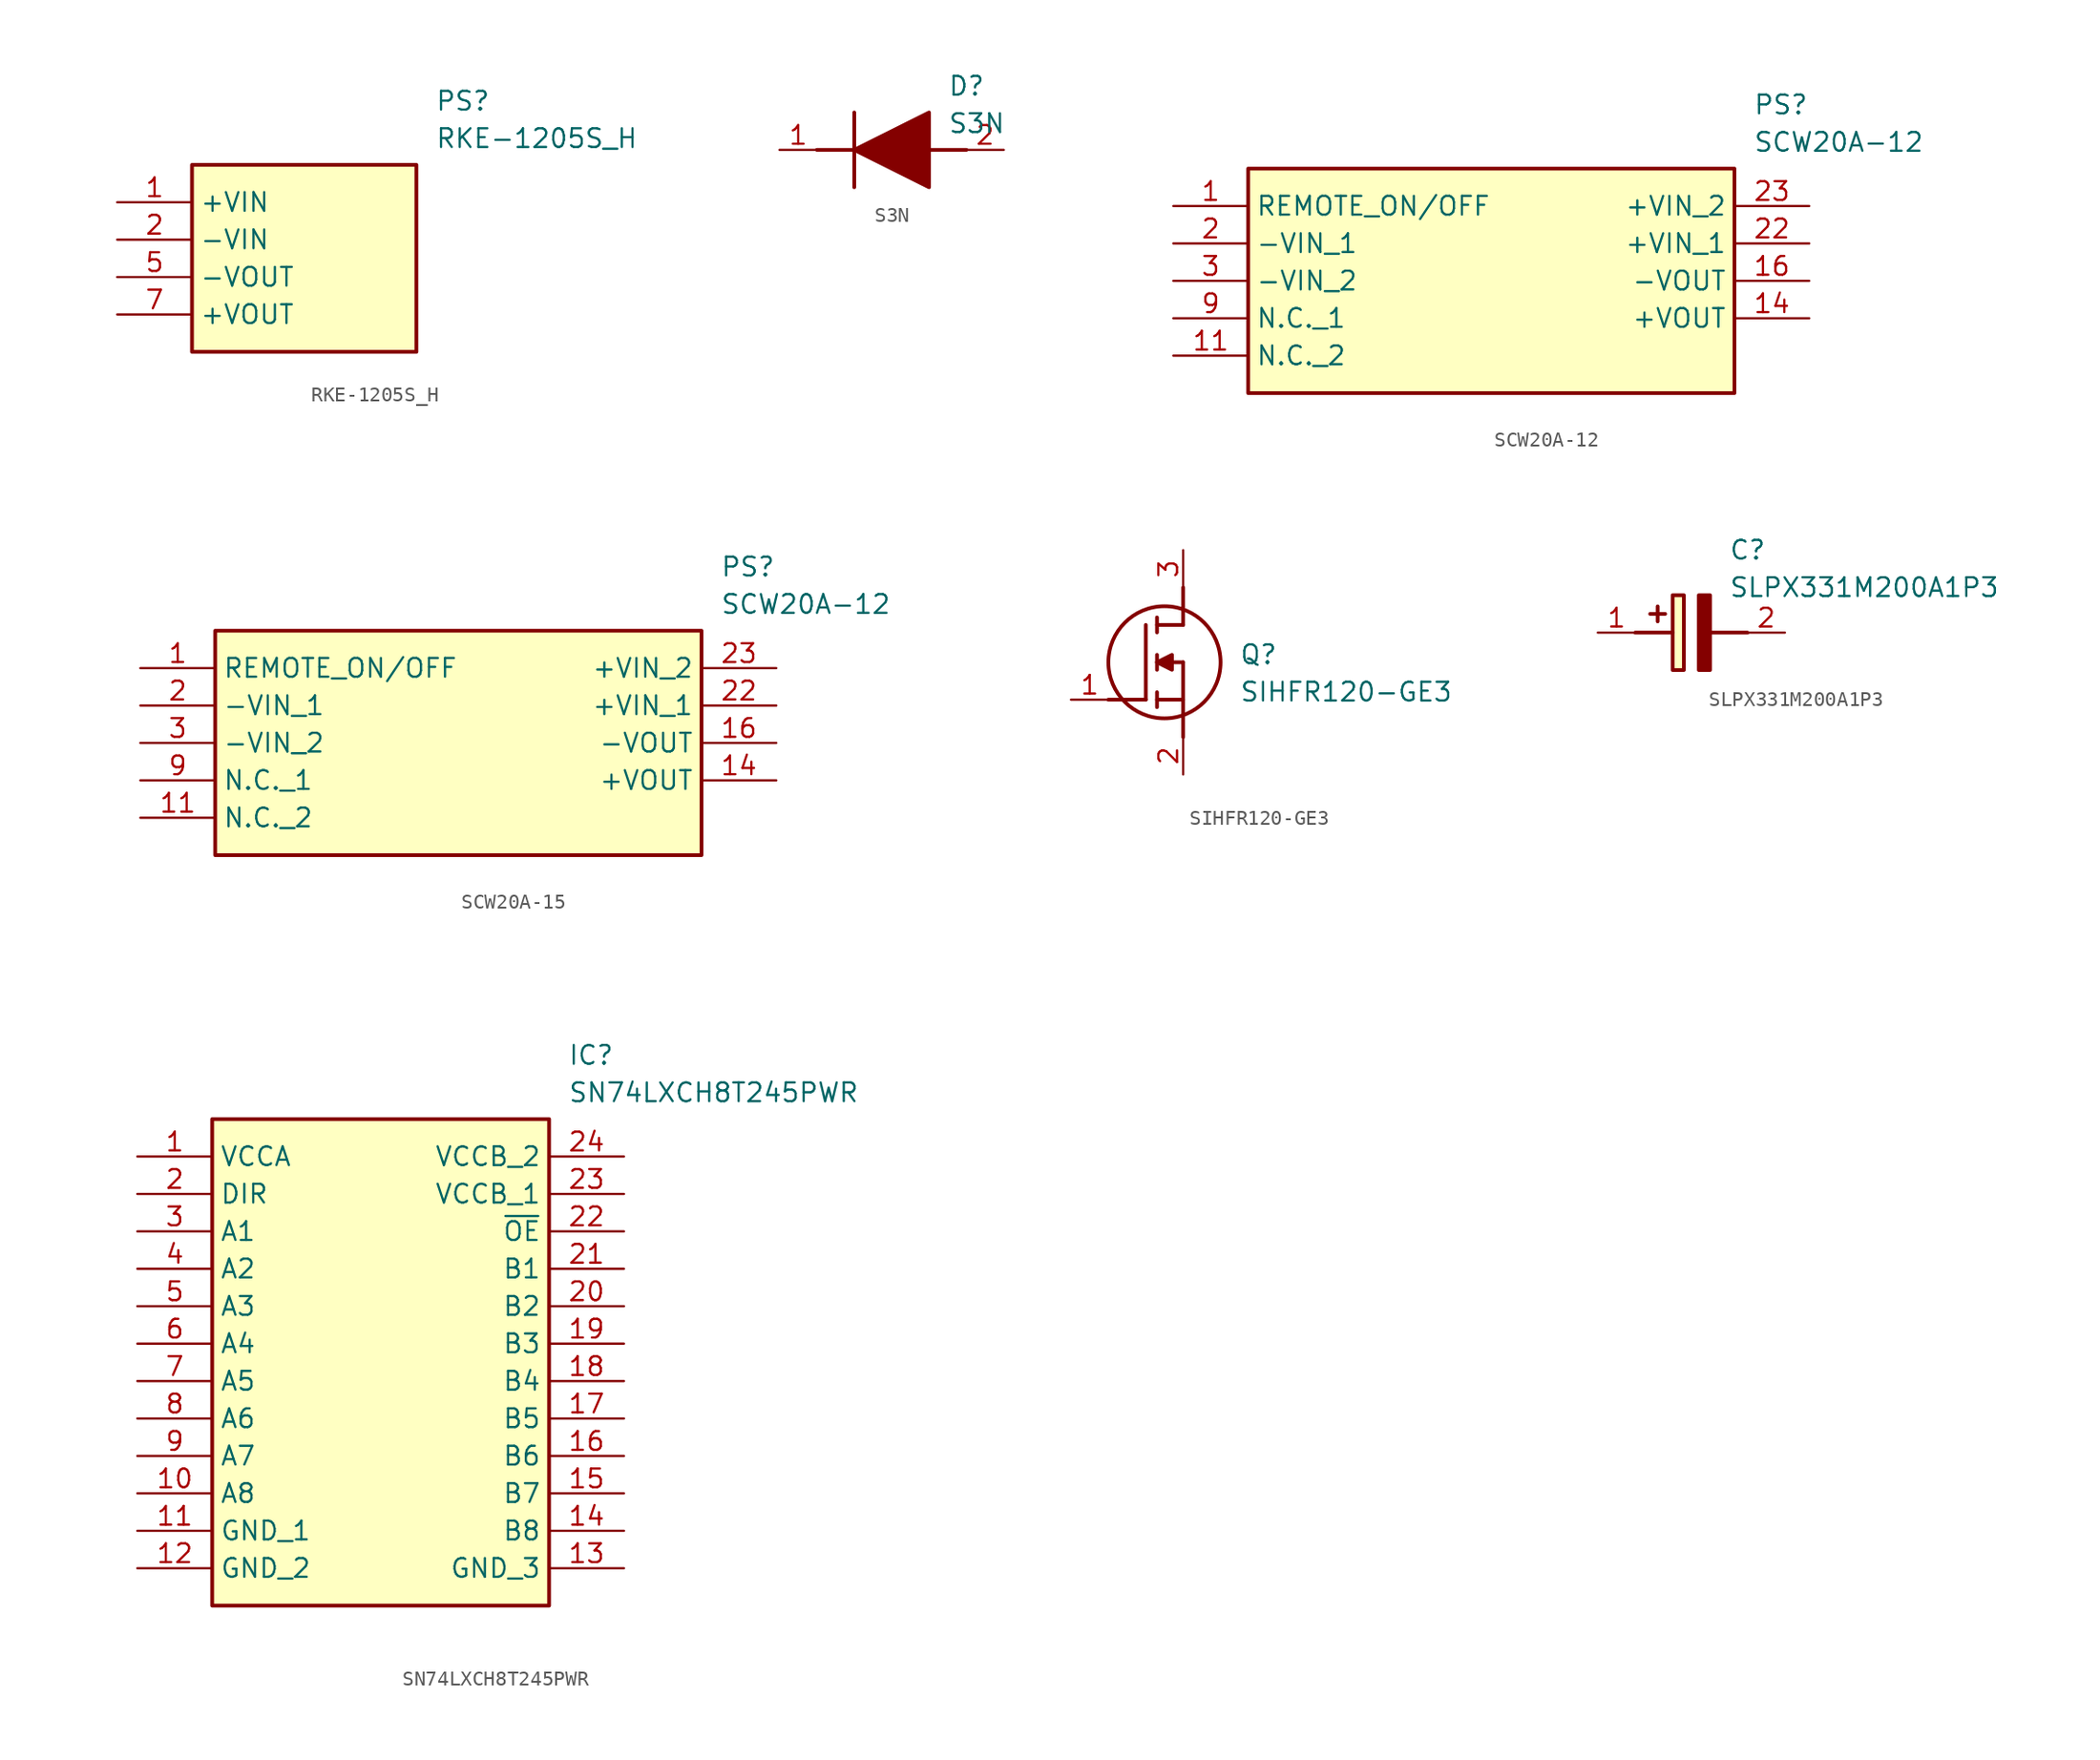
<source format=kicad_sym>
(kicad_symbol_lib
  (version 20241209)
  (generator "kicad_symbol_editor")
  (generator_version "9.0")
  (symbol "RKE-1205S_H"
    (property "Reference" "PS"
      (at 21.59 7.62 0)
      (effects (font (size 1.27 1.27)) (justify left top)))
    (property "Value" "RKE-1205S_H"
      (at 21.59 5.08 0)
      (effects (font (size 1.27 1.27)) (justify left top)))
    (symbol "RKE-1205S_H_1_1"
      (rectangle (start 5.08 2.54) (end 20.32 -10.16) (stroke (width 0.254) (type default)) (fill (type background)))
      (pin passive line (at 0 0 0) (length 5.08) (name "+VIN" (effects (font (size 1.27 1.27)))) (number "1" (effects (font (size 1.27 1.27)))))
      (pin passive line (at 0 -2.54 0) (length 5.08) (name "-VIN" (effects (font (size 1.27 1.27)))) (number "2" (effects (font (size 1.27 1.27)))))
      (pin passive line (at 0 -5.08 0) (length 5.08) (name "-VOUT" (effects (font (size 1.27 1.27)))) (number "5" (effects (font (size 1.27 1.27)))))
      (pin passive line (at 0 -7.62 0) (length 5.08) (name "+VOUT" (effects (font (size 1.27 1.27)))) (number "7" (effects (font (size 1.27 1.27)))))))
  (symbol "S3N"
    (pin_names
      (hide yes))
    (property "Reference" "D"
      (at 11.43 5.08 0)
      (effects (font (size 1.27 1.27)) (justify left top)))
    (property "Value" "S3N"
      (at 11.43 2.54 0)
      (effects (font (size 1.27 1.27)) (justify left top)))
    (symbol "S3N_1_1"
      (polyline (pts (xy 2.54 0) (xy 5.08 0)) (stroke (width 0.254) (type default)) (fill (type none)))
      (polyline (pts (xy 5.08 2.54) (xy 5.08 -2.54)) (stroke (width 0.254) (type default)) (fill (type none)))
      (polyline (pts (xy 5.08 0) (xy 10.16 2.54) (xy 10.16 -2.54) (xy 5.08 0)) (stroke (width 0.254) (type default)) (fill (type outline)))
      (polyline (pts (xy 10.16 0) (xy 12.7 0)) (stroke (width 0.254) (type default)) (fill (type none)))
      (pin passive line (at 0 0 0) (length 2.54) (name "K" (effects (font (size 1.27 1.27)))) (number "1" (effects (font (size 1.27 1.27)))))
      (pin passive line (at 15.24 0 180) (length 2.54) (name "A" (effects (font (size 1.27 1.27)))) (number "2" (effects (font (size 1.27 1.27)))))))
  (symbol "SCW20A-12"
    (property "Reference" "PS"
      (at 39.37 7.62 0)
      (effects (font (size 1.27 1.27)) (justify left top)))
    (property "Value" "SCW20A-12"
      (at 39.37 5.08 0)
      (effects (font (size 1.27 1.27)) (justify left top)))
    (symbol "SCW20A-12_1_1"
      (rectangle (start 5.08 2.54) (end 38.1 -12.7) (stroke (width 0.254) (type default)) (fill (type background)))
      (pin passive line (at 0 0 0) (length 5.08) (name "REMOTE_ON/OFF" (effects (font (size 1.27 1.27)))) (number "1" (effects (font (size 1.27 1.27)))))
      (pin passive line (at 0 -2.54 0) (length 5.08) (name "-VIN_1" (effects (font (size 1.27 1.27)))) (number "2" (effects (font (size 1.27 1.27)))))
      (pin passive line (at 0 -5.08 0) (length 5.08) (name "-VIN_2" (effects (font (size 1.27 1.27)))) (number "3" (effects (font (size 1.27 1.27)))))
      (pin passive line (at 0 -7.62 0) (length 5.08) (name "N.C._1" (effects (font (size 1.27 1.27)))) (number "9" (effects (font (size 1.27 1.27)))))
      (pin passive line (at 0 -10.16 0) (length 5.08) (name "N.C._2" (effects (font (size 1.27 1.27)))) (number "11" (effects (font (size 1.27 1.27)))))
      (pin passive line (at 43.18 0 180) (length 5.08) (name "+VIN_2" (effects (font (size 1.27 1.27)))) (number "23" (effects (font (size 1.27 1.27)))))
      (pin passive line (at 43.18 -2.54 180) (length 5.08) (name "+VIN_1" (effects (font (size 1.27 1.27)))) (number "22" (effects (font (size 1.27 1.27)))))
      (pin passive line (at 43.18 -5.08 180) (length 5.08) (name "-VOUT" (effects (font (size 1.27 1.27)))) (number "16" (effects (font (size 1.27 1.27)))))
      (pin passive line (at 43.18 -7.62 180) (length 5.08) (name "+VOUT" (effects (font (size 1.27 1.27)))) (number "14" (effects (font (size 1.27 1.27)))))))
  (symbol "SCW20A-15"
    (property "Reference" "PS"
      (at 39.37 7.62 0)
      (effects (font (size 1.27 1.27)) (justify left top)))
    (property "Value" "SCW20A-12"
      (at 39.37 5.08 0)
      (effects (font (size 1.27 1.27)) (justify left top)))
    (symbol "SCW20A-15_1_1"
      (rectangle (start 5.08 2.54) (end 38.1 -12.7) (stroke (width 0.254) (type default)) (fill (type background)))
      (pin passive line (at 0 0 0) (length 5.08) (name "REMOTE_ON/OFF" (effects (font (size 1.27 1.27)))) (number "1" (effects (font (size 1.27 1.27)))))
      (pin passive line (at 0 -2.54 0) (length 5.08) (name "-VIN_1" (effects (font (size 1.27 1.27)))) (number "2" (effects (font (size 1.27 1.27)))))
      (pin passive line (at 0 -5.08 0) (length 5.08) (name "-VIN_2" (effects (font (size 1.27 1.27)))) (number "3" (effects (font (size 1.27 1.27)))))
      (pin passive line (at 0 -7.62 0) (length 5.08) (name "N.C._1" (effects (font (size 1.27 1.27)))) (number "9" (effects (font (size 1.27 1.27)))))
      (pin passive line (at 0 -10.16 0) (length 5.08) (name "N.C._2" (effects (font (size 1.27 1.27)))) (number "11" (effects (font (size 1.27 1.27)))))
      (pin passive line (at 43.18 0 180) (length 5.08) (name "+VIN_2" (effects (font (size 1.27 1.27)))) (number "23" (effects (font (size 1.27 1.27)))))
      (pin passive line (at 43.18 -2.54 180) (length 5.08) (name "+VIN_1" (effects (font (size 1.27 1.27)))) (number "22" (effects (font (size 1.27 1.27)))))
      (pin passive line (at 43.18 -5.08 180) (length 5.08) (name "-VOUT" (effects (font (size 1.27 1.27)))) (number "16" (effects (font (size 1.27 1.27)))))
      (pin passive line (at 43.18 -7.62 180) (length 5.08) (name "+VOUT" (effects (font (size 1.27 1.27)))) (number "14" (effects (font (size 1.27 1.27)))))))
  (symbol "SIHFR120-GE3"
    (pin_names
      (hide yes))
    (property "Reference" "Q"
      (at 11.43 3.81 0)
      (effects (font (size 1.27 1.27)) (justify left top)))
    (property "Value" "SIHFR120-GE3"
      (at 11.43 1.27 0)
      (effects (font (size 1.27 1.27)) (justify left top)))
    (symbol "SIHFR120-GE3_1_1"
      (polyline (pts (xy 2.54 0) (xy 5.08 0)) (stroke (width 0.254) (type default)) (fill (type none)))
      (polyline (pts (xy 5.08 5.08) (xy 5.08 0)) (stroke (width 0.254) (type default)) (fill (type none)))
      (polyline (pts (xy 5.842 5.588) (xy 5.842 4.572)) (stroke (width 0.254) (type default)) (fill (type none)))
      (polyline (pts (xy 5.842 2.54) (xy 6.858 3.048) (xy 6.858 2.032) (xy 5.842 2.54)) (stroke (width 0.254) (type default)) (fill (type outline)))
      (polyline (pts (xy 5.842 2.032) (xy 5.842 3.048)) (stroke (width 0.254) (type default)) (fill (type none)))
      (polyline (pts (xy 5.842 0) (xy 7.62 0)) (stroke (width 0.254) (type default)) (fill (type none)))
      (polyline (pts (xy 5.842 -0.508) (xy 5.842 0.508)) (stroke (width 0.254) (type default)) (fill (type none)))
      (circle (center 6.35 2.54) (radius 3.81) (stroke (width 0.254) (type default)) (fill (type none)))
      (polyline (pts (xy 7.62 5.08) (xy 5.842 5.08)) (stroke (width 0.254) (type default)) (fill (type none)))
      (polyline (pts (xy 7.62 5.08) (xy 7.62 7.62)) (stroke (width 0.254) (type default)) (fill (type none)))
      (polyline (pts (xy 7.62 2.54) (xy 5.842 2.54)) (stroke (width 0.254) (type default)) (fill (type none)))
      (polyline (pts (xy 7.62 2.54) (xy 7.62 -2.54)) (stroke (width 0.254) (type default)) (fill (type none)))
      (pin passive line (at 0 0 0) (length 2.54) (name "G" (effects (font (size 1.27 1.27)))) (number "1" (effects (font (size 1.27 1.27)))))
      (pin passive line (at 7.62 10.16 270) (length 2.54) (name "D" (effects (font (size 1.27 1.27)))) (number "3" (effects (font (size 1.27 1.27)))))
      (pin passive line (at 7.62 -5.08 90) (length 2.54) (name "S" (effects (font (size 1.27 1.27)))) (number "2" (effects (font (size 1.27 1.27)))))))
  (symbol "SLPX331M200A1P3"
    (pin_names
      (hide yes))
    (property "Reference" "C"
      (at 8.89 6.35 0)
      (effects (font (size 1.27 1.27)) (justify left top)))
    (property "Value" "SLPX331M200A1P3"
      (at 8.89 3.81 0)
      (effects (font (size 1.27 1.27)) (justify left top)))
    (symbol "SLPX331M200A1P3_1_1"
      (polyline (pts (xy 2.54 0) (xy 5.08 0)) (stroke (width 0.254) (type default)) (fill (type none)))
      (polyline (pts (xy 4.064 1.778) (xy 4.064 0.762)) (stroke (width 0.254) (type default)) (fill (type none)))
      (polyline (pts (xy 4.572 1.27) (xy 3.556 1.27)) (stroke (width 0.254) (type default)) (fill (type none)))
      (rectangle (start 5.08 2.54) (end 5.842 -2.54) (stroke (width 0.254) (type default)) (fill (type background)))
      (polyline (pts (xy 7.62 2.54) (xy 7.62 -2.54) (xy 6.858 -2.54) (xy 6.858 2.54) (xy 7.62 2.54)) (stroke (width 0.254) (type default)) (fill (type outline)))
      (polyline (pts (xy 7.62 0) (xy 10.16 0)) (stroke (width 0.254) (type default)) (fill (type none)))
      (pin passive line (at 0 0 0) (length 2.54) (name "+" (effects (font (size 1.27 1.27)))) (number "1" (effects (font (size 1.27 1.27)))))
      (pin passive line (at 12.7 0 180) (length 2.54) (name "-" (effects (font (size 1.27 1.27)))) (number "2" (effects (font (size 1.27 1.27)))))))
  (symbol "SN74LXCH8T245PWR"
    (property "Reference" "IC"
      (at 29.21 7.62 0)
      (effects (font (size 1.27 1.27)) (justify left top)))
    (property "Value" "SN74LXCH8T245PWR"
      (at 29.21 5.08 0)
      (effects (font (size 1.27 1.27)) (justify left top)))
    (symbol "SN74LXCH8T245PWR_1_1"
      (rectangle (start 5.08 2.54) (end 27.94 -30.48) (stroke (width 0.254) (type default)) (fill (type background)))
      (pin passive line (at 0 0 0) (length 5.08) (name "VCCA" (effects (font (size 1.27 1.27)))) (number "1" (effects (font (size 1.27 1.27)))))
      (pin passive line (at 0 -2.54 0) (length 5.08) (name "DIR" (effects (font (size 1.27 1.27)))) (number "2" (effects (font (size 1.27 1.27)))))
      (pin passive line (at 0 -5.08 0) (length 5.08) (name "A1" (effects (font (size 1.27 1.27)))) (number "3" (effects (font (size 1.27 1.27)))))
      (pin passive line (at 0 -7.62 0) (length 5.08) (name "A2" (effects (font (size 1.27 1.27)))) (number "4" (effects (font (size 1.27 1.27)))))
      (pin passive line (at 0 -10.16 0) (length 5.08) (name "A3" (effects (font (size 1.27 1.27)))) (number "5" (effects (font (size 1.27 1.27)))))
      (pin passive line (at 0 -12.7 0) (length 5.08) (name "A4" (effects (font (size 1.27 1.27)))) (number "6" (effects (font (size 1.27 1.27)))))
      (pin passive line (at 0 -15.24 0) (length 5.08) (name "A5" (effects (font (size 1.27 1.27)))) (number "7" (effects (font (size 1.27 1.27)))))
      (pin passive line (at 0 -17.78 0) (length 5.08) (name "A6" (effects (font (size 1.27 1.27)))) (number "8" (effects (font (size 1.27 1.27)))))
      (pin passive line (at 0 -20.32 0) (length 5.08) (name "A7" (effects (font (size 1.27 1.27)))) (number "9" (effects (font (size 1.27 1.27)))))
      (pin passive line (at 0 -22.86 0) (length 5.08) (name "A8" (effects (font (size 1.27 1.27)))) (number "10" (effects (font (size 1.27 1.27)))))
      (pin passive line (at 0 -25.4 0) (length 5.08) (name "GND_1" (effects (font (size 1.27 1.27)))) (number "11" (effects (font (size 1.27 1.27)))))
      (pin passive line (at 0 -27.94 0) (length 5.08) (name "GND_2" (effects (font (size 1.27 1.27)))) (number "12" (effects (font (size 1.27 1.27)))))
      (pin passive line (at 33.02 0 180) (length 5.08) (name "VCCB_2" (effects (font (size 1.27 1.27)))) (number "24" (effects (font (size 1.27 1.27)))))
      (pin passive line (at 33.02 -2.54 180) (length 5.08) (name "VCCB_1" (effects (font (size 1.27 1.27)))) (number "23" (effects (font (size 1.27 1.27)))))
      (pin passive line (at 33.02 -5.08 180) (length 5.08) (name "~{OE}" (effects (font (size 1.27 1.27)))) (number "22" (effects (font (size 1.27 1.27)))))
      (pin passive line (at 33.02 -7.62 180) (length 5.08) (name "B1" (effects (font (size 1.27 1.27)))) (number "21" (effects (font (size 1.27 1.27)))))
      (pin passive line (at 33.02 -10.16 180) (length 5.08) (name "B2" (effects (font (size 1.27 1.27)))) (number "20" (effects (font (size 1.27 1.27)))))
      (pin passive line (at 33.02 -12.7 180) (length 5.08) (name "B3" (effects (font (size 1.27 1.27)))) (number "19" (effects (font (size 1.27 1.27)))))
      (pin passive line (at 33.02 -15.24 180) (length 5.08) (name "B4" (effects (font (size 1.27 1.27)))) (number "18" (effects (font (size 1.27 1.27)))))
      (pin passive line (at 33.02 -17.78 180) (length 5.08) (name "B5" (effects (font (size 1.27 1.27)))) (number "17" (effects (font (size 1.27 1.27)))))
      (pin passive line (at 33.02 -20.32 180) (length 5.08) (name "B6" (effects (font (size 1.27 1.27)))) (number "16" (effects (font (size 1.27 1.27)))))
      (pin passive line (at 33.02 -22.86 180) (length 5.08) (name "B7" (effects (font (size 1.27 1.27)))) (number "15" (effects (font (size 1.27 1.27)))))
      (pin passive line (at 33.02 -25.4 180) (length 5.08) (name "B8" (effects (font (size 1.27 1.27)))) (number "14" (effects (font (size 1.27 1.27)))))
      (pin passive line (at 33.02 -27.94 180) (length 5.08) (name "GND_3" (effects (font (size 1.27 1.27)))) (number "13" (effects (font (size 1.27 1.27))))))))
</source>
